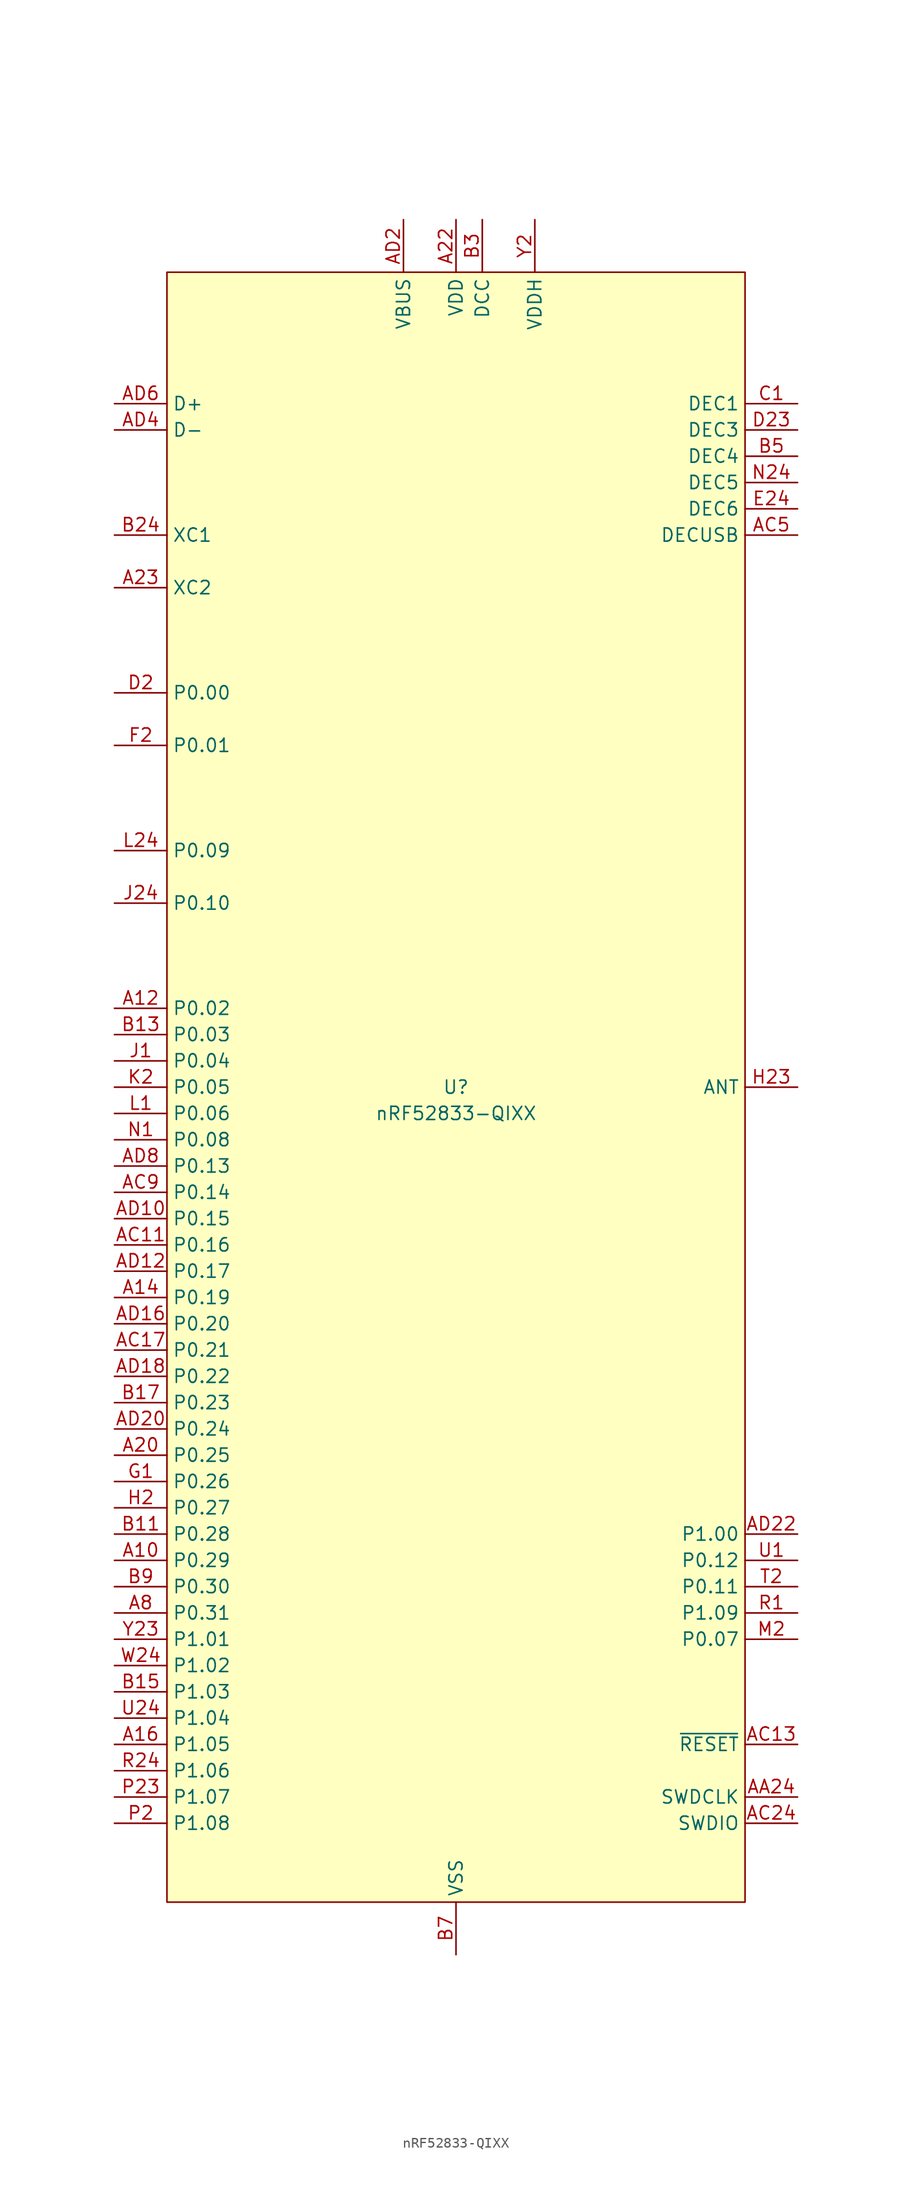
<source format=kicad_sym>
(kicad_symbol_lib
  (version 20241209)
  (generator "kicad_symbol_editor")
  (generator_version "9.0")
  (symbol "nRF52833-QIXX"
    (property "Reference" "U"
      (at 0 0 0)
      (do_not_autoplace)
      (effects (font (size 1.27 1.27))))
    (property "Value" "nRF52833-QIXX"
      (at 0 -2.54 0)
      (do_not_autoplace)
      (effects (font (size 1.27 1.27))))
    (symbol "nRF52833-QIXX_0_0"
      (pin bidirectional line (at -33.02 66.04 0) (length 5.08) (name "D+" (effects (font (size 1.27 1.27)))) (number "AD6" (effects (font (size 1.27 1.27)))))
      (pin bidirectional line (at -33.02 63.5 0) (length 5.08) (name "D-" (effects (font (size 1.27 1.27)))) (number "AD4" (effects (font (size 1.27 1.27)))))
      (pin input line (at -33.02 53.34 0) (length 5.08) (name "XC1" (effects (font (size 1.27 1.27)))) (number "B24" (effects (font (size 1.27 1.27)))))
      (pin input line (at -33.02 48.26 0) (length 5.08) (name "XC2" (effects (font (size 1.27 1.27)))) (number "A23" (effects (font (size 1.27 1.27)))))
      (pin bidirectional line (at -33.02 -2.54 0) (length 5.08) (name "P0.06" (effects (font (size 1.27 1.27)))) (number "L1" (effects (font (size 1.27 1.27)))))
      (pin bidirectional line (at -33.02 -5.08 0) (length 5.08) (name "P0.08" (effects (font (size 1.27 1.27)))) (number "N1" (effects (font (size 1.27 1.27)))))
      (pin bidirectional line (at -33.02 -7.62 0) (length 5.08) (name "P0.13" (effects (font (size 1.27 1.27)))) (number "AD8" (effects (font (size 1.27 1.27)))))
      (pin bidirectional line (at -33.02 -10.16 0) (length 5.08) (name "P0.14" (effects (font (size 1.27 1.27)))) (number "AC9" (effects (font (size 1.27 1.27)))))
      (pin bidirectional line (at -33.02 -12.7 0) (length 5.08) (name "P0.15" (effects (font (size 1.27 1.27)))) (number "AD10" (effects (font (size 1.27 1.27)))))
      (pin bidirectional line (at -33.02 -15.24 0) (length 5.08) (name "P0.16" (effects (font (size 1.27 1.27)))) (number "AC11" (effects (font (size 1.27 1.27)))))
      (pin bidirectional line (at -33.02 -17.78 0) (length 5.08) (name "P0.17" (effects (font (size 1.27 1.27)))) (number "AD12" (effects (font (size 1.27 1.27)))))
      (pin bidirectional line (at -33.02 -20.32 0) (length 5.08) (name "P0.19" (effects (font (size 1.27 1.27)))) (number "A14" (effects (font (size 1.27 1.27)))))
      (pin bidirectional line (at -33.02 -22.86 0) (length 5.08) (name "P0.20" (effects (font (size 1.27 1.27)))) (number "AD16" (effects (font (size 1.27 1.27)))))
      (pin bidirectional line (at -33.02 -25.4 0) (length 5.08) (name "P0.21" (effects (font (size 1.27 1.27)))) (number "AC17" (effects (font (size 1.27 1.27)))))
      (pin bidirectional line (at -33.02 -27.94 0) (length 5.08) (name "P0.22" (effects (font (size 1.27 1.27)))) (number "AD18" (effects (font (size 1.27 1.27)))))
      (pin bidirectional line (at -33.02 -30.48 0) (length 5.08) (name "P0.23" (effects (font (size 1.27 1.27)))) (number "B17" (effects (font (size 1.27 1.27)))))
      (pin bidirectional line (at -33.02 -33.02 0) (length 5.08) (name "P0.24" (effects (font (size 1.27 1.27)))) (number "AD20" (effects (font (size 1.27 1.27)))))
      (pin bidirectional line (at -33.02 -35.56 0) (length 5.08) (name "P0.25" (effects (font (size 1.27 1.27)))) (number "A20" (effects (font (size 1.27 1.27)))))
      (pin bidirectional line (at -33.02 -38.1 0) (length 5.08) (name "P0.26" (effects (font (size 1.27 1.27)))) (number "G1" (effects (font (size 1.27 1.27)))))
      (pin bidirectional line (at -33.02 -40.64 0) (length 5.08) (name "P0.27" (effects (font (size 1.27 1.27)))) (number "H2" (effects (font (size 1.27 1.27)))))
      (pin bidirectional line (at -33.02 -53.34 0) (length 5.08) (name "P1.01" (effects (font (size 1.27 1.27)))) (number "Y23" (effects (font (size 1.27 1.27)))))
      (pin bidirectional line (at -33.02 -55.88 0) (length 5.08) (name "P1.02" (effects (font (size 1.27 1.27)))) (number "W24" (effects (font (size 1.27 1.27)))))
      (pin bidirectional line (at -33.02 -58.42 0) (length 5.08) (name "P1.03" (effects (font (size 1.27 1.27)))) (number "B15" (effects (font (size 1.27 1.27)))))
      (pin bidirectional line (at -33.02 -60.96 0) (length 5.08) (name "P1.04" (effects (font (size 1.27 1.27)))) (number "U24" (effects (font (size 1.27 1.27)))))
      (pin bidirectional line (at -33.02 -63.5 0) (length 5.08) (name "P1.05" (effects (font (size 1.27 1.27)))) (number "A16" (effects (font (size 1.27 1.27)))))
      (pin bidirectional line (at -33.02 -66.04 0) (length 5.08) (name "P1.06" (effects (font (size 1.27 1.27)))) (number "R24" (effects (font (size 1.27 1.27)))))
      (pin bidirectional line (at -33.02 -68.58 0) (length 5.08) (name "P1.07" (effects (font (size 1.27 1.27)))) (number "P23" (effects (font (size 1.27 1.27)))))
      (pin bidirectional line (at -33.02 -71.12 0) (length 5.08) (name "P1.08" (effects (font (size 1.27 1.27)))) (number "P2" (effects (font (size 1.27 1.27)))))
      (pin power_in line (at -5.08 83.82 270) (length 5.08) (name "VBUS" (effects (font (size 1.27 1.27)))) (number "AD2" (effects (font (size 1.27 1.27)))))
      (pin passive line (at 0 83.82 270) (length 5.08) (name "VDD" (effects (font (size 1.27 1.27)))) (number "A22" (effects (font (size 1.27 1.27)))))
      (pin power_in line (at 0 -83.82 90) (length 5.08) (name "VSS" (effects (font (size 1.27 1.27)))) (number "B7" (effects (font (size 1.27 1.27)))))
      (pin power_out line (at 2.54 83.82 270) (length 5.08) (name "DCC" (effects (font (size 1.27 1.27)))) (number "B3" (effects (font (size 1.27 1.27)))))
      (pin power_in line (at 7.62 83.82 270) (length 5.08) (name "VDDH" (effects (font (size 1.27 1.27)))) (number "Y2" (effects (font (size 1.27 1.27)))))
      (pin passive line (at 33.02 53.34 180) (length 5.08) (name "DECUSB" (effects (font (size 1.27 1.27)))) (number "AC5" (effects (font (size 1.27 1.27)))))
      (pin bidirectional line (at 33.02 0 180) (length 5.08) (name "ANT" (effects (font (size 1.27 1.27)))) (number "H23" (effects (font (size 1.27 1.27)))))
      (pin input line (at 33.02 -68.58 180) (length 5.08) (name "SWDCLK" (effects (font (size 1.27 1.27)))) (number "AA24" (effects (font (size 1.27 1.27)))))
      (pin bidirectional line (at 33.02 -71.12 180) (length 5.08) (name "SWDIO" (effects (font (size 1.27 1.27)))) (number "AC24" (effects (font (size 1.27 1.27))))))
    (symbol "nRF52833-QIXX_1_0"
      (pin bidirectional line (at -33.02 38.1 0) (length 5.08) (name "P0.00" (effects (font (size 1.27 1.27)))) (number "D2" (effects (font (size 1.27 1.27)))) (alternate "XL1" input line))
      (pin bidirectional line (at -33.02 33.02 0) (length 5.08) (name "P0.01" (effects (font (size 1.27 1.27)))) (number "F2" (effects (font (size 1.27 1.27)))) (alternate "XL2" input line))
      (pin bidirectional line (at -33.02 22.86 0) (length 5.08) (name "P0.09" (effects (font (size 1.27 1.27)))) (number "L24" (effects (font (size 1.27 1.27)))) (alternate "NFC1" input line))
      (pin bidirectional line (at -33.02 17.78 0) (length 5.08) (name "P0.10" (effects (font (size 1.27 1.27)))) (number "J24" (effects (font (size 1.27 1.27)))) (alternate "NFC2" input line))
      (pin bidirectional line (at -33.02 7.62 0) (length 5.08) (name "P0.02" (effects (font (size 1.27 1.27)))) (number "A12" (effects (font (size 1.27 1.27)))) (alternate "AIN0" input line))
      (pin bidirectional line (at -33.02 5.08 0) (length 5.08) (name "P0.03" (effects (font (size 1.27 1.27)))) (number "B13" (effects (font (size 1.27 1.27)))) (alternate "AIN1" input line))
      (pin bidirectional line (at -33.02 2.54 0) (length 5.08) (name "P0.04" (effects (font (size 1.27 1.27)))) (number "J1" (effects (font (size 1.27 1.27)))) (alternate "AIN2" input line))
      (pin bidirectional line (at -33.02 0 0) (length 5.08) (name "P0.05" (effects (font (size 1.27 1.27)))) (number "K2" (effects (font (size 1.27 1.27)))) (alternate "AIN3" input line))
      (pin bidirectional line (at -33.02 -43.18 0) (length 5.08) (name "P0.28" (effects (font (size 1.27 1.27)))) (number "B11" (effects (font (size 1.27 1.27)))) (alternate "AIN4" input line))
      (pin bidirectional line (at -33.02 -45.72 0) (length 5.08) (name "P0.29" (effects (font (size 1.27 1.27)))) (number "A10" (effects (font (size 1.27 1.27)))) (alternate "AIN5" input line))
      (pin bidirectional line (at -33.02 -48.26 0) (length 5.08) (name "P0.30" (effects (font (size 1.27 1.27)))) (number "B9" (effects (font (size 1.27 1.27)))) (alternate "AIN6" input line))
      (pin bidirectional line (at -33.02 -50.8 0) (length 5.08) (name "P0.31" (effects (font (size 1.27 1.27)))) (number "A8" (effects (font (size 1.27 1.27)))) (alternate "AIN7" input line))
      (pin passive line (at 0 83.82 270) (length 5.08) (hide yes) (name "VDD" (effects (font (size 1.27 1.27)))) (number "AD14" (effects (font (size 1.27 1.27)))))
      (pin passive line (at 0 83.82 270) (length 5.08) (hide yes) (name "VDD" (effects (font (size 1.27 1.27)))) (number "AD23" (effects (font (size 1.27 1.27)))))
      (pin passive line (at 0 83.82 270) (length 5.08) (hide yes) (name "VDD" (effects (font (size 1.27 1.27)))) (number "B1" (effects (font (size 1.27 1.27)))))
      (pin passive line (at 0 83.82 270) (length 5.08) (hide yes) (name "VDD" (effects (font (size 1.27 1.27)))) (number "W1" (effects (font (size 1.27 1.27)))))
      (pin passive line (at 0 -83.82 90) (length 5.08) (hide yes) (name "VSS" (effects (font (size 1.27 1.27)))) (number "EP" (effects (font (size 1.27 1.27)))))
      (pin passive line (at 0 -83.82 90) (length 5.08) (hide yes) (name "VSS_PA" (effects (font (size 1.27 1.27)))) (number "F23" (effects (font (size 1.27 1.27)))))
      (pin no_connect line (at 10.16 78.74 270) (length 5.08) (hide yes) (name "N.C." (effects (font (size 1.27 1.27)))) (number "AB2" (effects (font (size 1.27 1.27)))))
      (pin no_connect line (at 12.7 78.74 270) (length 5.08) (hide yes) (name "N.C." (effects (font (size 1.27 1.27)))) (number "B19" (effects (font (size 1.27 1.27)))))
      (pin no_connect line (at 15.24 78.74 270) (length 5.08) (hide yes) (name "N.C." (effects (font (size 1.27 1.27)))) (number "A18" (effects (font (size 1.27 1.27)))))
      (pin no_connect line (at 17.78 78.74 270) (length 5.08) (hide yes) (name "N.C." (effects (font (size 1.27 1.27)))) (number "AC19" (effects (font (size 1.27 1.27)))))
      (pin no_connect line (at 20.32 78.74 270) (length 5.08) (hide yes) (name "N.C." (effects (font (size 1.27 1.27)))) (number "AC21" (effects (font (size 1.27 1.27)))))
      (pin no_connect line (at 22.86 78.74 270) (length 5.08) (hide yes) (name "N.C." (effects (font (size 1.27 1.27)))) (number "AC15" (effects (font (size 1.27 1.27)))))
      (pin no_connect line (at 25.4 78.74 270) (length 5.08) (hide yes) (name "N.C." (effects (font (size 1.27 1.27)))) (number "T23" (effects (font (size 1.27 1.27)))))
      (pin no_connect line (at 27.94 78.74 270) (length 5.08) (hide yes) (name "N.C." (effects (font (size 1.27 1.27)))) (number "V23" (effects (font (size 1.27 1.27)))))
      (pin passive line (at 33.02 66.04 180) (length 5.08) (name "DEC1" (effects (font (size 1.27 1.27)))) (number "C1" (effects (font (size 1.27 1.27)))))
      (pin passive line (at 33.02 63.5 180) (length 5.08) (name "DEC3" (effects (font (size 1.27 1.27)))) (number "D23" (effects (font (size 1.27 1.27)))))
      (pin passive line (at 33.02 60.96 180) (length 5.08) (name "DEC4" (effects (font (size 1.27 1.27)))) (number "B5" (effects (font (size 1.27 1.27)))))
      (pin passive line (at 33.02 58.42 180) (length 5.08) (name "DEC5" (effects (font (size 1.27 1.27)))) (number "N24" (effects (font (size 1.27 1.27)))) (alternate "NC" no_connect line))
      (pin passive line (at 33.02 55.88 180) (length 5.08) (name "DEC6" (effects (font (size 1.27 1.27)))) (number "E24" (effects (font (size 1.27 1.27)))))
      (pin bidirectional line (at 33.02 -43.18 180) (length 5.08) (name "P1.00" (effects (font (size 1.27 1.27)))) (number "AD22" (effects (font (size 1.27 1.27)))) (alternate "TRACEDATA[0]" output line))
      (pin bidirectional line (at 33.02 -45.72 180) (length 5.08) (name "P0.12" (effects (font (size 1.27 1.27)))) (number "U1" (effects (font (size 1.27 1.27)))) (alternate "TRACEDATA[1]" output line))
      (pin bidirectional line (at 33.02 -48.26 180) (length 5.08) (name "P0.11" (effects (font (size 1.27 1.27)))) (number "T2" (effects (font (size 1.27 1.27)))) (alternate "TRACEDATA[2]" output line))
      (pin bidirectional line (at 33.02 -50.8 180) (length 5.08) (name "P1.09" (effects (font (size 1.27 1.27)))) (number "R1" (effects (font (size 1.27 1.27)))) (alternate "TRACEDATA[3]" output line))
      (pin bidirectional line (at 33.02 -53.34 180) (length 5.08) (name "P0.07" (effects (font (size 1.27 1.27)))) (number "M2" (effects (font (size 1.27 1.27)))) (alternate "TRACECLK" input line))
      (pin input line (at 33.02 -63.5 180) (length 5.08) (name "~{RESET}" (effects (font (size 1.27 1.27)))) (number "AC13" (effects (font (size 1.27 1.27)))) (alternate "P0.18" bidirectional line)))
    (symbol "nRF52833-QIXX_1_1"
      (rectangle (start -27.94 78.74) (end 27.94 -78.74) (stroke (width 0) (type default)) (fill (type background))))))
</source>
